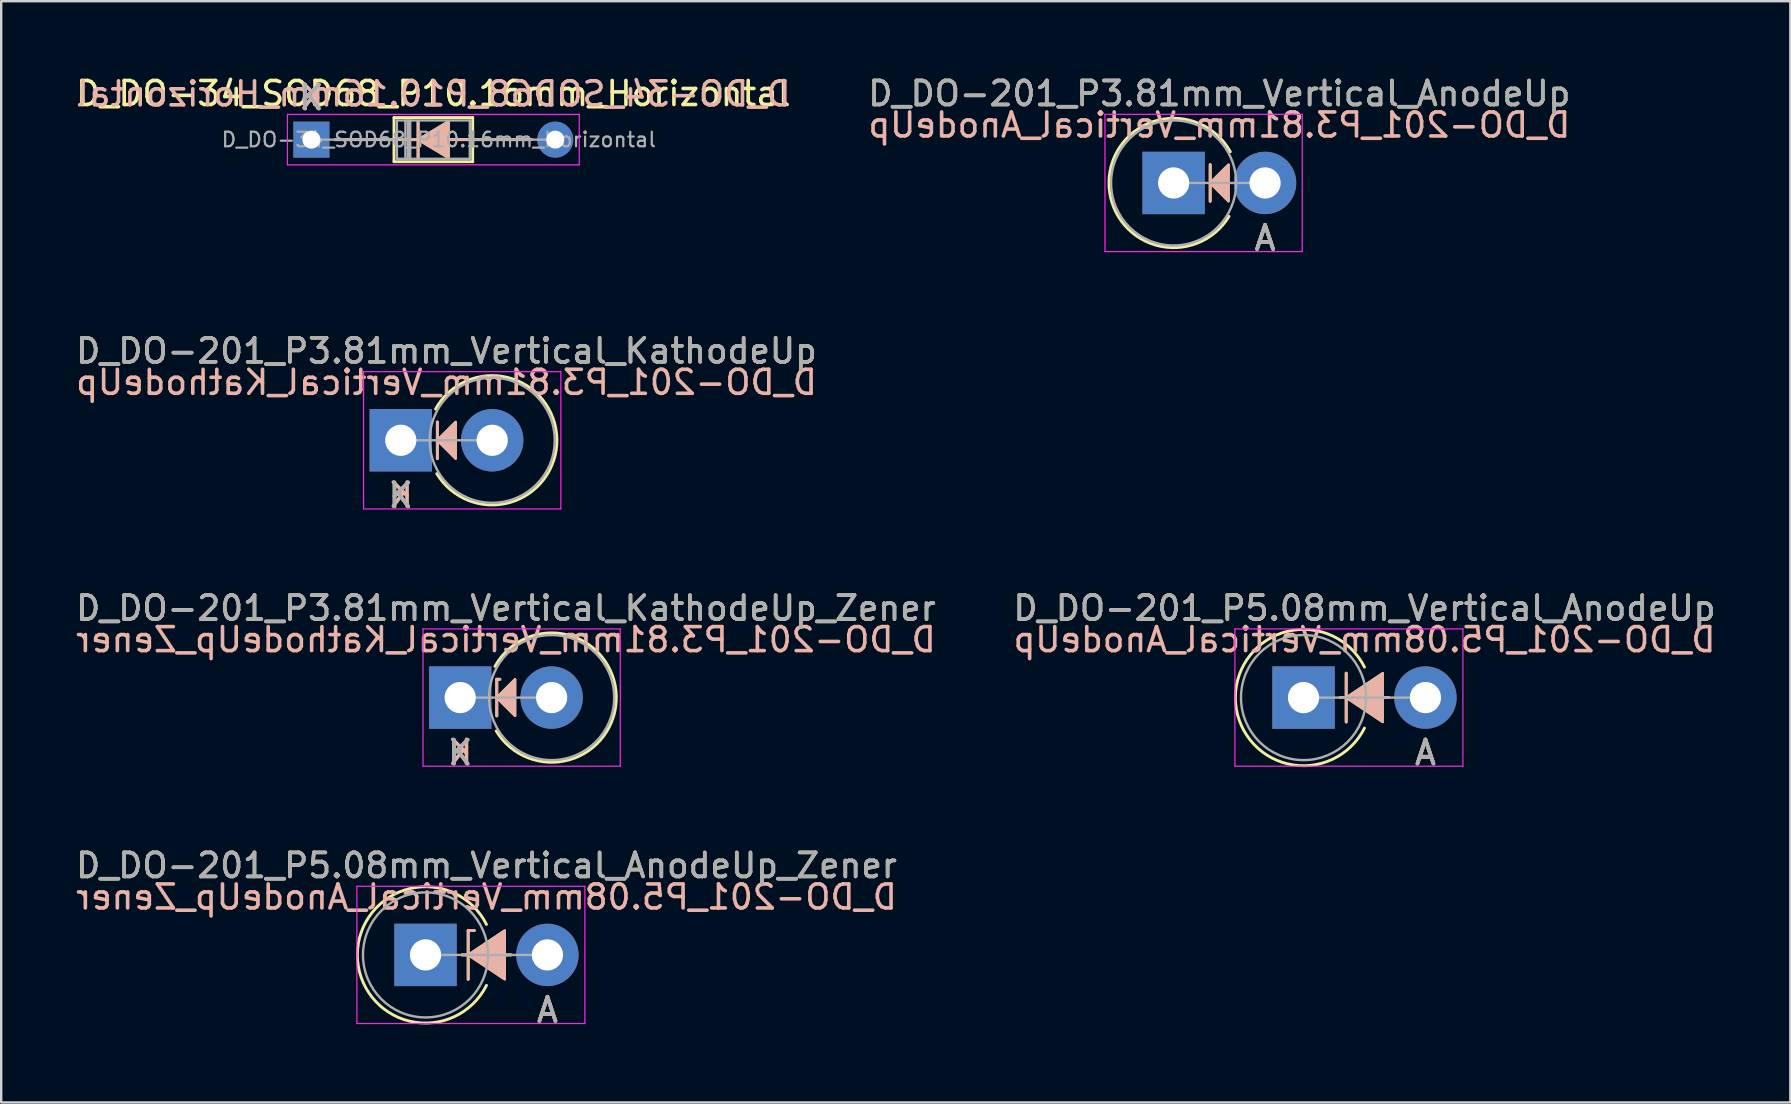
<source format=kicad_pcb>
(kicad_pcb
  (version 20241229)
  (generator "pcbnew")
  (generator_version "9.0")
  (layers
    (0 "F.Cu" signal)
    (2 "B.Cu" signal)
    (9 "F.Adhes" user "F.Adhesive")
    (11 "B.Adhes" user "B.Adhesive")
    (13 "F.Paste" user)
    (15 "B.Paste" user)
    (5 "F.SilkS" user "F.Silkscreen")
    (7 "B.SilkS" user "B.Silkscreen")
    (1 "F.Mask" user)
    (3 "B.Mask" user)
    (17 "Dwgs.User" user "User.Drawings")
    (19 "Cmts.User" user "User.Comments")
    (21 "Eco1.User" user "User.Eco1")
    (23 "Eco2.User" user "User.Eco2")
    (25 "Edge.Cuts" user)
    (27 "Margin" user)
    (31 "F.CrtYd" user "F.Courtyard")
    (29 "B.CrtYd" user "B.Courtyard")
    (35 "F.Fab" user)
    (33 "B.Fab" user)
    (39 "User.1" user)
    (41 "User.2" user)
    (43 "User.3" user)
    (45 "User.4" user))
  (footprint "D_DO-201_P3.81mm_Vertical_KathodeUp"
    (layer "F.Cu")
    (at 13.649 15.295)
    (property "Reference" "D_DO-201_P3.81mm_Vertical_KathodeUp" (at 1.905 -3.725 0) (layer "F.SilkS") (effects (font (size 1 1) (thickness 0.15))))
    (fp_line (start 1.524 -0.762) (end 1.524 0.762) (stroke (width 0.12) (type solid)) (layer "F.SilkS"))
    (fp_arc (start 1.448639 -1.3) (mid 6.505054 -0.052035) (end 1.50058 1.390181) (stroke (width 0.12) (type solid)) (layer "F.SilkS"))
    (fp_poly (pts (xy 2.286 0.762) (xy 1.524 0) (xy 2.286 -0.762)) (stroke (width 0.1) (type solid)) (fill yes) (layer "F.SilkS"))
    (fp_line (start 1.524 0.762) (end 1.524 -0.762) (stroke (width 0.12) (type solid)) (layer "B.SilkS"))
    (fp_poly (pts (xy 2.286 -0.762) (xy 1.524 0) (xy 2.286 0.762)) (stroke (width 0.1) (type solid)) (fill yes) (layer "B.SilkS"))
    (fp_line (start -1.55 -2.86) (end -1.55 2.86) (stroke (width 0.05) (type solid)) (layer "F.CrtYd"))
    (fp_line (start -1.55 2.86) (end 6.67 2.86) (stroke (width 0.05) (type solid)) (layer "F.CrtYd"))
    (fp_line (start 6.67 -2.86) (end -1.55 -2.86) (stroke (width 0.05) (type solid)) (layer "F.CrtYd"))
    (fp_line (start 6.67 2.86) (end 6.67 -2.86) (stroke (width 0.05) (type solid)) (layer "F.CrtYd"))
    (fp_line (start 0 0) (end 3.81 0) (stroke (width 0.1) (type solid)) (layer "F.Fab"))
    (fp_circle (center 3.81 0) (end 6.415 0) (stroke (width 0.1) (type solid)) (fill no) (layer "F.Fab"))
    (fp_text user "K" (at 0 2.3 0) (layer "F.SilkS") (effects (font (size 1 1) (thickness 0.15))))
    (fp_text user "${REFERENCE}" (at 1.905 -2.413 0) (layer "B.SilkS") (effects (font (size 1 1) (thickness 0.15)) (justify mirror)))
    (fp_text user "K" (at 0 2.286 0) (layer "B.SilkS") (effects (font (size 1 1) (thickness 0.15)) (justify mirror)))
    (fp_text user "${REFERENCE}" (at 1.905 -3.725 0) (layer "F.Fab") (effects (font (size 1 1) (thickness 0.15))))
    (fp_text user "K" (at 0 2.3 0) (layer "F.Fab") (effects (font (size 1 1) (thickness 0.15))))
    (pad "1" thru_hole rect (at 0 0) (size 2.6 2.6) (drill 1.3) (layers "*.Cu" "*.Mask"))
    (pad "2" thru_hole oval (at 3.81 0) (size 2.6 2.6) (drill 1.3) (layers "*.Cu" "*.Mask")))
  (footprint "D_DO-201_P3.81mm_Vertical_KathodeUp_Zener"
    (layer "F.Cu")
    (at 16.125 26.016)
    (property "Reference" "D_DO-201_P3.81mm_Vertical_KathodeUp_Zener" (at 1.905 -3.725 0) (layer "F.SilkS") (effects (font (size 1 1) (thickness 0.15))))
    (fp_line (start 1.524 -0.762) (end 1.524 0.762) (stroke (width 0.12) (type solid)) (layer "F.SilkS"))
    (fp_line (start 1.524 -0.762) (end 1.651 -0.762) (stroke (width 0.12) (type solid)) (layer "F.SilkS"))
    (fp_arc (start 1.448639 -1.3) (mid 6.505054 -0.052035) (end 1.50058 1.390181) (stroke (width 0.12) (type solid)) (layer "F.SilkS"))
    (fp_poly (pts (xy 2.286 0.762) (xy 1.524 0) (xy 2.286 -0.762)) (stroke (width 0.1) (type solid)) (fill yes) (layer "F.SilkS"))
    (fp_line (start 1.524 -0.762) (end 1.651 -0.762) (stroke (width 0.12) (type solid)) (layer "B.SilkS"))
    (fp_line (start 1.524 0.762) (end 1.524 -0.762) (stroke (width 0.12) (type solid)) (layer "B.SilkS"))
    (fp_poly (pts (xy 2.286 -0.762) (xy 1.524 0) (xy 2.286 0.762)) (stroke (width 0.1) (type solid)) (fill yes) (layer "B.SilkS"))
    (fp_line (start -1.55 -2.86) (end -1.55 2.86) (stroke (width 0.05) (type solid)) (layer "F.CrtYd"))
    (fp_line (start -1.55 2.86) (end 6.67 2.86) (stroke (width 0.05) (type solid)) (layer "F.CrtYd"))
    (fp_line (start 6.67 -2.86) (end -1.55 -2.86) (stroke (width 0.05) (type solid)) (layer "F.CrtYd"))
    (fp_line (start 6.67 2.86) (end 6.67 -2.86) (stroke (width 0.05) (type solid)) (layer "F.CrtYd"))
    (fp_line (start 0 0) (end 3.81 0) (stroke (width 0.1) (type solid)) (layer "F.Fab"))
    (fp_circle (center 3.81 0) (end 6.415 0) (stroke (width 0.1) (type solid)) (fill no) (layer "F.Fab"))
    (fp_text user "K" (at 0 2.3 0) (layer "F.SilkS") (effects (font (size 1 1) (thickness 0.15))))
    (fp_text user "${REFERENCE}" (at 1.905 -2.413 0) (layer "B.SilkS") (effects (font (size 1 1) (thickness 0.15)) (justify mirror)))
    (fp_text user "K" (at 0 2.286 0) (layer "B.SilkS") (effects (font (size 1 1) (thickness 0.15)) (justify mirror)))
    (fp_text user "${REFERENCE}" (at 1.905 -3.725 0) (layer "F.Fab") (effects (font (size 1 1) (thickness 0.15))))
    (fp_text user "K" (at 0 2.3 0) (layer "F.Fab") (effects (font (size 1 1) (thickness 0.15))))
    (pad "1" thru_hole rect (at 0 0) (size 2.6 2.6) (drill 1.3) (layers "*.Cu" "*.Mask"))
    (pad "2" thru_hole oval (at 3.81 0) (size 2.6 2.6) (drill 1.3) (layers "*.Cu" "*.Mask")))
  (footprint "D_DO-201_P5.08mm_Vertical_AnodeUp"
    (layer "F.Cu")
    (at 51.264 26.016)
    (property "Reference" "D_DO-201_P5.08mm_Vertical_AnodeUp" (at 2.54 -3.725 0) (layer "F.SilkS") (effects (font (size 1 1) (thickness 0.15))))
    (fp_line (start 1.524 0) (end 3.556 0) (stroke (width 0.12) (type solid)) (layer "F.SilkS"))
    (fp_line (start 1.778 1.016) (end 1.778 -1.016) (stroke (width 0.12) (type solid)) (layer "F.SilkS"))
    (fp_arc (start 2.539999 1.27) (mid -2.839805 0) (end 2.539999 -1.269999) (stroke (width 0.12) (type solid)) (layer "F.SilkS"))
    (fp_poly (pts (xy 3.302 1.016) (xy 1.778 0) (xy 3.302 -1.016)) (stroke (width 0.1) (type solid)) (fill yes) (layer "F.SilkS"))
    (fp_line (start 1.524 0) (end 3.556 0) (stroke (width 0.12) (type solid)) (layer "B.SilkS"))
    (fp_line (start 1.778 -1.016) (end 1.778 1.016) (stroke (width 0.12) (type solid)) (layer "B.SilkS"))
    (fp_poly (pts (xy 3.302 -1.016) (xy 1.778 0) (xy 3.302 1.016)) (stroke (width 0.1) (type solid)) (fill yes) (layer "B.SilkS"))
    (fp_line (start -2.86 -2.86) (end -2.86 2.86) (stroke (width 0.05) (type solid)) (layer "F.CrtYd"))
    (fp_line (start -2.86 2.86) (end 6.64 2.86) (stroke (width 0.05) (type solid)) (layer "F.CrtYd"))
    (fp_line (start 6.64 -2.86) (end -2.86 -2.86) (stroke (width 0.05) (type solid)) (layer "F.CrtYd"))
    (fp_line (start 6.64 2.86) (end 6.64 -2.86) (stroke (width 0.05) (type solid)) (layer "F.CrtYd"))
    (fp_line (start 0 0) (end 5.08 0) (stroke (width 0.1) (type solid)) (layer "F.Fab"))
    (fp_circle (center 0 0) (end 2.605 0) (stroke (width 0.1) (type solid)) (fill no) (layer "F.Fab"))
    (fp_text user "A" (at 5.08 2.3 0) (layer "F.SilkS") (effects (font (size 1 1) (thickness 0.15))))
    (fp_text user "A" (at 5.08 2.286 0) (layer "B.SilkS") (effects (font (size 1 1) (thickness 0.15)) (justify mirror)))
    (fp_text user "${REFERENCE}" (at 2.54 -2.413 0) (layer "B.SilkS") (effects (font (size 1 1) (thickness 0.15)) (justify mirror)))
    (fp_text user "A" (at 5.08 2.3 0) (layer "F.Fab") (effects (font (size 1 1) (thickness 0.15))))
    (fp_text user "${REFERENCE}" (at 2.54 -3.725 0) (layer "F.Fab") (effects (font (size 1 1) (thickness 0.15))))
    (pad "1" thru_hole rect (at 0 0) (size 2.6 2.6) (drill 1.3) (layers "*.Cu" "*.Mask"))
    (pad "2" thru_hole oval (at 5.08 0) (size 2.6 2.6) (drill 1.3) (layers "*.Cu" "*.Mask")))
  (footprint "D_DO-201_P5.08mm_Vertical_AnodeUp_Zener"
    (layer "F.Cu")
    (at 14.68 36.738)
    (property "Reference" "D_DO-201_P5.08mm_Vertical_AnodeUp_Zener" (at 2.54 -3.725 0) (layer "F.SilkS") (effects (font (size 1 1) (thickness 0.15))))
    (fp_line (start 1.524 0) (end 3.556 0) (stroke (width 0.12) (type solid)) (layer "F.SilkS"))
    (fp_line (start 1.778 -1.016) (end 2.032 -1.016) (stroke (width 0.12) (type solid)) (layer "F.SilkS"))
    (fp_line (start 1.778 1.016) (end 1.778 -1.016) (stroke (width 0.12) (type solid)) (layer "F.SilkS"))
    (fp_arc (start 2.539999 1.27) (mid -2.839805 0) (end 2.539999 -1.269999) (stroke (width 0.12) (type solid)) (layer "F.SilkS"))
    (fp_poly (pts (xy 3.302 1.016) (xy 1.778 0) (xy 3.302 -1.016)) (stroke (width 0.1) (type solid)) (fill yes) (layer "F.SilkS"))
    (fp_line (start 1.524 0) (end 3.556 0) (stroke (width 0.12) (type solid)) (layer "B.SilkS"))
    (fp_line (start 1.778 -1.016) (end 1.778 1.016) (stroke (width 0.12) (type solid)) (layer "B.SilkS"))
    (fp_line (start 1.778 -1.016) (end 2.032 -1.016) (stroke (width 0.12) (type solid)) (layer "B.SilkS"))
    (fp_poly (pts (xy 3.302 -1.016) (xy 1.778 0) (xy 3.302 1.016)) (stroke (width 0.1) (type solid)) (fill yes) (layer "B.SilkS"))
    (fp_line (start -2.86 -2.86) (end -2.86 2.86) (stroke (width 0.05) (type solid)) (layer "F.CrtYd"))
    (fp_line (start -2.86 2.86) (end 6.64 2.86) (stroke (width 0.05) (type solid)) (layer "F.CrtYd"))
    (fp_line (start 6.64 -2.86) (end -2.86 -2.86) (stroke (width 0.05) (type solid)) (layer "F.CrtYd"))
    (fp_line (start 6.64 2.86) (end 6.64 -2.86) (stroke (width 0.05) (type solid)) (layer "F.CrtYd"))
    (fp_line (start 0 0) (end 5.08 0) (stroke (width 0.1) (type solid)) (layer "F.Fab"))
    (fp_circle (center 0 0) (end 2.605 0) (stroke (width 0.1) (type solid)) (fill no) (layer "F.Fab"))
    (fp_text user "A" (at 5.08 2.3 0) (layer "F.SilkS") (effects (font (size 1 1) (thickness 0.15))))
    (fp_text user "${REFERENCE}" (at 2.54 -2.413 0) (layer "B.SilkS") (effects (font (size 1 1) (thickness 0.15)) (justify mirror)))
    (fp_text user "A" (at 5.08 2.286 0) (layer "B.SilkS") (effects (font (size 1 1) (thickness 0.15)) (justify mirror)))
    (fp_text user "${REFERENCE}" (at 2.54 -3.725 0) (layer "F.Fab") (effects (font (size 1 1) (thickness 0.15))))
    (fp_text user "A" (at 5.08 2.3 0) (layer "F.Fab") (effects (font (size 1 1) (thickness 0.15))))
    (pad "1" thru_hole rect (at 0 0) (size 2.6 2.6) (drill 1.3) (layers "*.Cu" "*.Mask"))
    (pad "2" thru_hole oval (at 5.08 0) (size 2.6 2.6) (drill 1.3) (layers "*.Cu" "*.Mask")))
  (footprint "D_DO-201_P3.81mm_Vertical_AnodeUp"
    (layer "F.Cu")
    (at 45.851 4.573)
    (property "Reference" "D_DO-201_P3.81mm_Vertical_AnodeUp" (at 1.905 -3.725 0) (layer "F.SilkS") (effects (font (size 1 1) (thickness 0.15))))
    (fp_line (start 1.524 -0.762) (end 1.524 0.762) (stroke (width 0.12) (type solid)) (layer "F.SilkS"))
    (fp_arc (start 2.30942 1.390181) (mid -2.695054 -0.052035) (end 2.361361 -1.3) (stroke (width 0.12) (type solid)) (layer "F.SilkS"))
    (fp_poly (pts (xy 2.286 0.762) (xy 1.524 0) (xy 2.286 -0.762)) (stroke (width 0.1) (type solid)) (fill yes) (layer "F.SilkS"))
    (fp_line (start 1.524 0.762) (end 1.524 -0.762) (stroke (width 0.12) (type solid)) (layer "B.SilkS"))
    (fp_poly (pts (xy 2.286 -0.762) (xy 1.524 0) (xy 2.286 0.762)) (stroke (width 0.1) (type solid)) (fill yes) (layer "B.SilkS"))
    (fp_line (start -2.86 -2.86) (end -2.86 2.86) (stroke (width 0.05) (type solid)) (layer "F.CrtYd"))
    (fp_line (start -2.86 2.86) (end 5.36 2.86) (stroke (width 0.05) (type solid)) (layer "F.CrtYd"))
    (fp_line (start 5.36 -2.86) (end -2.86 -2.86) (stroke (width 0.05) (type solid)) (layer "F.CrtYd"))
    (fp_line (start 5.36 2.86) (end 5.36 -2.86) (stroke (width 0.05) (type solid)) (layer "F.CrtYd"))
    (fp_line (start 0 0) (end 3.81 0) (stroke (width 0.1) (type solid)) (layer "F.Fab"))
    (fp_circle (center 0 0) (end 2.605 0) (stroke (width 0.1) (type solid)) (fill no) (layer "F.Fab"))
    (fp_text user "A" (at 3.81 2.3 0) (layer "F.SilkS") (effects (font (size 1 1) (thickness 0.15))))
    (fp_text user "${REFERENCE}" (at 1.905 -2.413 0) (layer "B.SilkS") (effects (font (size 1 1) (thickness 0.15)) (justify mirror)))
    (fp_text user "A" (at 3.81 2.286 0) (layer "B.SilkS") (effects (font (size 1 1) (thickness 0.15)) (justify mirror)))
    (fp_text user "${REFERENCE}" (at 1.905 -3.725 0) (layer "F.Fab") (effects (font (size 1 1) (thickness 0.15))))
    (fp_text user "A" (at 3.81 2.3 0) (layer "F.Fab") (effects (font (size 1 1) (thickness 0.15))))
    (pad "1" thru_hole rect (at 0 0) (size 2.6 2.6) (drill 1.3) (layers "*.Cu" "*.Mask"))
    (pad "2" thru_hole oval (at 3.81 0) (size 2.6 2.6) (drill 1.3) (layers "*.Cu" "*.Mask")))
  (footprint "D_DO-34_SOD68_P10.16mm_Horizontal"
    (layer "F.Cu")
    (at 9.926 2.768)
    (property "Reference" "D_DO-34_SOD68_P10.16mm_Horizontal" (at 5.08 -1.92 0) (layer "F.SilkS") (effects (font (size 1 1) (thickness 0.15))))
    (fp_line (start 0.99 0) (end 3.44 0) (stroke (width 0.12) (type solid)) (layer "F.SilkS"))
    (fp_line (start 3.44 -0.92) (end 3.44 0.92) (stroke (width 0.12) (type solid)) (layer "F.SilkS"))
    (fp_line (start 3.44 0.92) (end 6.72 0.92) (stroke (width 0.12) (type solid)) (layer "F.SilkS"))
    (fp_line (start 4.445 -0.762) (end 4.445 0.762) (stroke (width 0.12) (type solid)) (layer "F.SilkS"))
    (fp_line (start 4.5 0) (end 3.44 0) (stroke (width 0.12) (type solid)) (layer "F.SilkS"))
    (fp_line (start 5.715 0) (end 6.72 0) (stroke (width 0.12) (type solid)) (layer "F.SilkS"))
    (fp_line (start 6.72 -0.92) (end 3.44 -0.92) (stroke (width 0.12) (type solid)) (layer "F.SilkS"))
    (fp_line (start 6.72 0.92) (end 6.72 -0.92) (stroke (width 0.12) (type solid)) (layer "F.SilkS"))
    (fp_line (start 9.17 0) (end 6.72 0) (stroke (width 0.12) (type solid)) (layer "F.SilkS"))
    (fp_poly (pts (xy 5.715 0.762) (xy 4.445 0) (xy 5.715 -0.762)) (stroke (width 0.1) (type solid)) (fill yes) (layer "F.SilkS"))
    (fp_line (start 0.99 0) (end 3.44 0) (stroke (width 0.12) (type solid)) (layer "B.SilkS"))
    (fp_line (start 4.445 0.762) (end 4.445 -0.762) (stroke (width 0.12) (type solid)) (layer "B.SilkS"))
    (fp_line (start 4.5 0) (end 3.44 0) (stroke (width 0.12) (type solid)) (layer "B.SilkS"))
    (fp_line (start 5.715 0) (end 6.72 0) (stroke (width 0.12) (type solid)) (layer "B.SilkS"))
    (fp_line (start 9.17 0) (end 6.72 0) (stroke (width 0.12) (type solid)) (layer "B.SilkS"))
    (fp_poly (pts (xy 5.715 -0.762) (xy 4.445 0) (xy 5.715 0.762)) (stroke (width 0.1) (type solid)) (fill yes) (layer "B.SilkS"))
    (fp_line (start -1 -1.05) (end -1 1.05) (stroke (width 0.05) (type solid)) (layer "F.CrtYd"))
    (fp_line (start -1 1.05) (end 11.16 1.05) (stroke (width 0.05) (type solid)) (layer "F.CrtYd"))
    (fp_line (start 11.16 -1.05) (end -1 -1.05) (stroke (width 0.05) (type solid)) (layer "F.CrtYd"))
    (fp_line (start 11.16 1.05) (end 11.16 -1.05) (stroke (width 0.05) (type solid)) (layer "F.CrtYd"))
    (fp_line (start 0 0) (end 3.56 0) (stroke (width 0.1) (type solid)) (layer "F.Fab"))
    (fp_line (start 3.56 -0.8) (end 3.56 0.8) (stroke (width 0.1) (type solid)) (layer "F.Fab"))
    (fp_line (start 3.56 0.8) (end 6.6 0.8) (stroke (width 0.1) (type solid)) (layer "F.Fab"))
    (fp_line (start 3.916 -0.8) (end 3.916 0.8) (stroke (width 0.1) (type solid)) (layer "F.Fab"))
    (fp_line (start 4.016 -0.8) (end 4.016 0.8) (stroke (width 0.1) (type solid)) (layer "F.Fab"))
    (fp_line (start 4.116 -0.8) (end 4.116 0.8) (stroke (width 0.1) (type solid)) (layer "F.Fab"))
    (fp_line (start 6.6 -0.8) (end 3.56 -0.8) (stroke (width 0.1) (type solid)) (layer "F.Fab"))
    (fp_line (start 6.6 0.8) (end 6.6 -0.8) (stroke (width 0.1) (type solid)) (layer "F.Fab"))
    (fp_line (start 10.16 0) (end 6.6 0) (stroke (width 0.1) (type solid)) (layer "F.Fab"))
    (fp_text user "K" (at 0 -1.75 0) (layer "F.SilkS") (effects (font (size 1 1) (thickness 0.15))))
    (fp_text user "K" (at 0 -1.778 0) (layer "B.SilkS") (effects (font (size 1 1) (thickness 0.15)) (justify mirror)))
    (fp_text user "${REFERENCE}" (at 5.08 -1.905 0) (layer "B.SilkS") (effects (font (size 1 1) (thickness 0.15)) (justify mirror)))
    (fp_text user "${REFERENCE}" (at 5.308 0 0) (layer "F.Fab") (effects (font (size 0.608 0.608) (thickness 0.091))))
    (fp_text user "K" (at 0 -1.75 0) (layer "F.Fab") (effects (font (size 1 1) (thickness 0.15))))
    (pad "1" thru_hole rect (at 0 0) (size 1.5 1.5) (drill 0.75) (layers "*.Cu" "*.Mask"))
    (pad "2" thru_hole oval (at 10.16 0) (size 1.5 1.5) (drill 0.75) (layers "*.Cu" "*.Mask")))
  (gr_rect
    (start -3 -3)
    (end 71.548 42.886)
    (stroke (width 0.1) (type default))
    (fill no)
    (layer "Edge.Cuts")))
</source>
